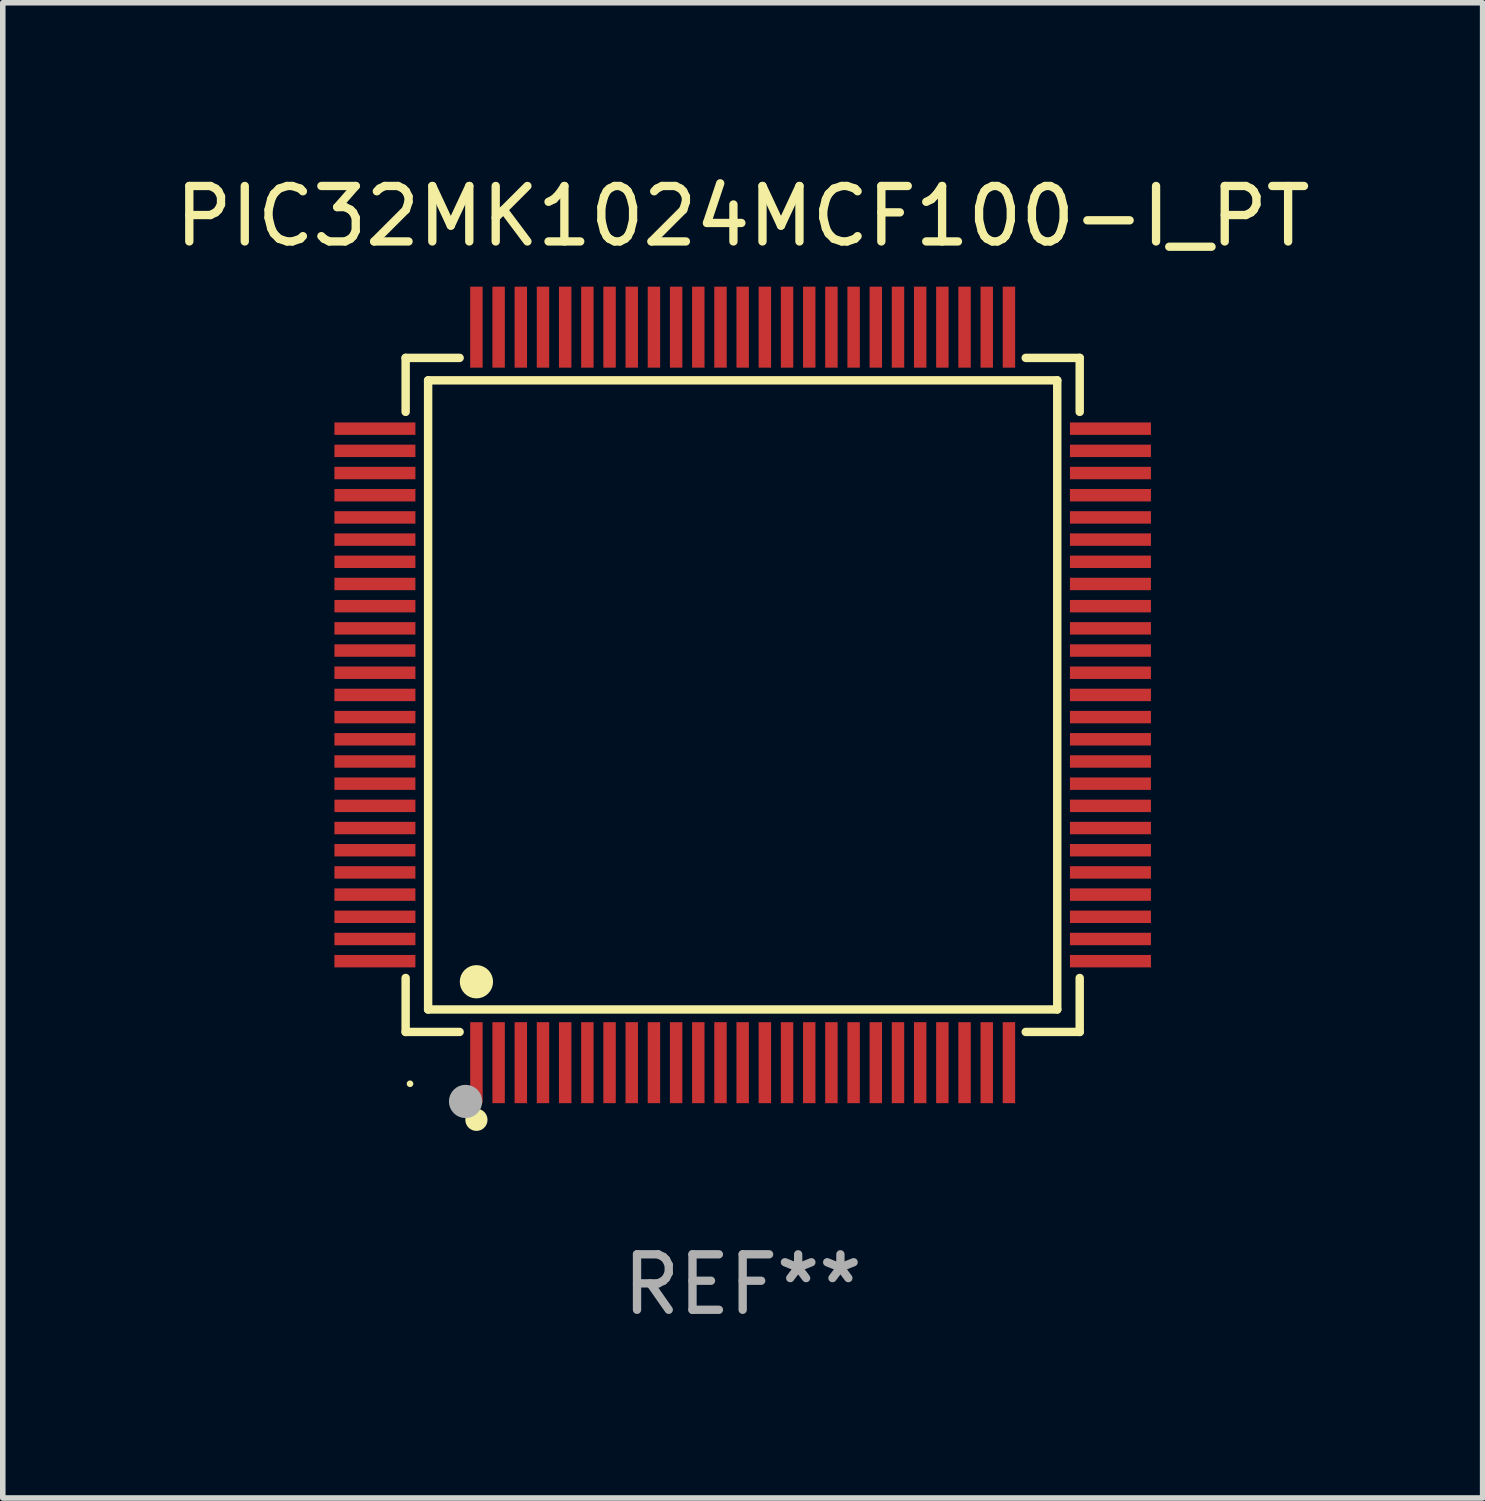
<source format=kicad_pcb>
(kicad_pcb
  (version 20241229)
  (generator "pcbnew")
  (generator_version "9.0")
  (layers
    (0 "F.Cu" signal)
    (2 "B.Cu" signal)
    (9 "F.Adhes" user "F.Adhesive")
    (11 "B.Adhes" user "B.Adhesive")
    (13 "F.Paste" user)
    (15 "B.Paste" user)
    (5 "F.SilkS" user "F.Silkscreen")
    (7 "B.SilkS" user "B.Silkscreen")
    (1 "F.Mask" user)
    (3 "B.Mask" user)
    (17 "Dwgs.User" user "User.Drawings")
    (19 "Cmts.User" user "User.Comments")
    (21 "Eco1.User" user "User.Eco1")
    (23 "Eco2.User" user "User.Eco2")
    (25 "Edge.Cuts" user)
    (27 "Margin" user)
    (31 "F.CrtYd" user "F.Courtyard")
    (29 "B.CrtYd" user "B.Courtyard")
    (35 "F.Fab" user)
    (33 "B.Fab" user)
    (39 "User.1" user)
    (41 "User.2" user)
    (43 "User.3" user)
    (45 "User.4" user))
  (footprint "PIC32MK1024MCF100-I_PT"
    (layer "F.Cu")
    (at 10.339 9.478)
    (property "Reference" "PIC32MK1024MCF100-I_PT" (at 0 -8.63 0) (layer "F.SilkS") (effects (font (size 1 1) (thickness 0.15))))
    (attr through_hole)
    (fp_line (start -6.076 -6.076) (end -5.103 -6.076) (stroke (width 0.152) (type solid)) (layer "F.SilkS"))
    (fp_line (start -6.076 -5.103) (end -6.076 -6.076) (stroke (width 0.152) (type solid)) (layer "F.SilkS"))
    (fp_line (start -6.076 5.103) (end -6.076 6.076) (stroke (width 0.152) (type solid)) (layer "F.SilkS"))
    (fp_line (start -6.076 6.076) (end -5.103 6.076) (stroke (width 0.152) (type solid)) (layer "F.SilkS"))
    (fp_line (start -5.671 -5.671) (end 5.671 -5.671) (stroke (width 0.152) (type solid)) (layer "F.SilkS"))
    (fp_line (start -5.671 5.671) (end -5.671 -5.671) (stroke (width 0.152) (type solid)) (layer "F.SilkS"))
    (fp_line (start 5.671 -5.671) (end 5.671 5.671) (stroke (width 0.152) (type solid)) (layer "F.SilkS"))
    (fp_line (start 5.671 5.671) (end -5.671 5.671) (stroke (width 0.152) (type solid)) (layer "F.SilkS"))
    (fp_line (start 6.076 -6.076) (end 5.103 -6.076) (stroke (width 0.152) (type solid)) (layer "F.SilkS"))
    (fp_line (start 6.076 -5.103) (end 6.076 -6.076) (stroke (width 0.152) (type solid)) (layer "F.SilkS"))
    (fp_line (start 6.076 5.103) (end 6.076 6.076) (stroke (width 0.152) (type solid)) (layer "F.SilkS"))
    (fp_line (start 6.076 6.076) (end 5.103 6.076) (stroke (width 0.152) (type solid)) (layer "F.SilkS"))
    (fp_circle (center -5.997 7.01) (end -5.967 7.01) (stroke (width 0.06) (type solid)) (fill no) (layer "F.SilkS"))
    (fp_circle (center -4.8 5.171) (end -4.65 5.171) (stroke (width 0.3) (type solid)) (fill no) (layer "F.SilkS"))
    (fp_circle (center -4.8 7.66) (end -4.7 7.66) (stroke (width 0.2) (type solid)) (fill no) (layer "F.SilkS"))
    (fp_circle (center -4.996 7.329) (end -4.846 7.329) (stroke (width 0.3) (type solid)) (fill no) (layer "F.Fab"))
    (fp_text user "REF**" (at 0 10.63 0) (layer "F.Fab") (effects (font (size 1 1) (thickness 0.15))))
    (pad "1" smd rect (at -4.8 6.63) (size 0.224 1.46) (layers "F.Cu" "F.Mask" "F.Paste"))
    (pad "2" smd rect (at -4.4 6.63) (size 0.224 1.46) (layers "F.Cu" "F.Mask" "F.Paste"))
    (pad "3" smd rect (at -4 6.63) (size 0.224 1.46) (layers "F.Cu" "F.Mask" "F.Paste"))
    (pad "4" smd rect (at -3.6 6.63) (size 0.224 1.46) (layers "F.Cu" "F.Mask" "F.Paste"))
    (pad "5" smd rect (at -3.2 6.63) (size 0.224 1.46) (layers "F.Cu" "F.Mask" "F.Paste"))
    (pad "6" smd rect (at -2.8 6.63) (size 0.224 1.46) (layers "F.Cu" "F.Mask" "F.Paste"))
    (pad "7" smd rect (at -2.4 6.63) (size 0.224 1.46) (layers "F.Cu" "F.Mask" "F.Paste"))
    (pad "8" smd rect (at -2 6.63) (size 0.224 1.46) (layers "F.Cu" "F.Mask" "F.Paste"))
    (pad "9" smd rect (at -1.6 6.63) (size 0.224 1.46) (layers "F.Cu" "F.Mask" "F.Paste"))
    (pad "10" smd rect (at -1.2 6.63) (size 0.224 1.46) (layers "F.Cu" "F.Mask" "F.Paste"))
    (pad "11" smd rect (at -0.8 6.63) (size 0.224 1.46) (layers "F.Cu" "F.Mask" "F.Paste"))
    (pad "12" smd rect (at -0.4 6.63) (size 0.224 1.46) (layers "F.Cu" "F.Mask" "F.Paste"))
    (pad "13" smd rect (at 0 6.63) (size 0.224 1.46) (layers "F.Cu" "F.Mask" "F.Paste"))
    (pad "14" smd rect (at 0.4 6.63) (size 0.224 1.46) (layers "F.Cu" "F.Mask" "F.Paste"))
    (pad "15" smd rect (at 0.8 6.63) (size 0.224 1.46) (layers "F.Cu" "F.Mask" "F.Paste"))
    (pad "16" smd rect (at 1.2 6.63) (size 0.224 1.46) (layers "F.Cu" "F.Mask" "F.Paste"))
    (pad "17" smd rect (at 1.6 6.63) (size 0.224 1.46) (layers "F.Cu" "F.Mask" "F.Paste"))
    (pad "18" smd rect (at 2 6.63) (size 0.224 1.46) (layers "F.Cu" "F.Mask" "F.Paste"))
    (pad "19" smd rect (at 2.4 6.63) (size 0.224 1.46) (layers "F.Cu" "F.Mask" "F.Paste"))
    (pad "20" smd rect (at 2.8 6.63) (size 0.224 1.46) (layers "F.Cu" "F.Mask" "F.Paste"))
    (pad "21" smd rect (at 3.2 6.63) (size 0.224 1.46) (layers "F.Cu" "F.Mask" "F.Paste"))
    (pad "22" smd rect (at 3.6 6.63) (size 0.224 1.46) (layers "F.Cu" "F.Mask" "F.Paste"))
    (pad "23" smd rect (at 4 6.63) (size 0.224 1.46) (layers "F.Cu" "F.Mask" "F.Paste"))
    (pad "24" smd rect (at 4.4 6.63) (size 0.224 1.46) (layers "F.Cu" "F.Mask" "F.Paste"))
    (pad "25" smd rect (at 4.8 6.63) (size 0.224 1.46) (layers "F.Cu" "F.Mask" "F.Paste"))
    (pad "26" smd rect (at 6.63 4.8) (size 1.46 0.224) (layers "F.Cu" "F.Mask" "F.Paste"))
    (pad "27" smd rect (at 6.63 4.4) (size 1.46 0.224) (layers "F.Cu" "F.Mask" "F.Paste"))
    (pad "28" smd rect (at 6.63 4) (size 1.46 0.224) (layers "F.Cu" "F.Mask" "F.Paste"))
    (pad "29" smd rect (at 6.63 3.6) (size 1.46 0.224) (layers "F.Cu" "F.Mask" "F.Paste"))
    (pad "30" smd rect (at 6.63 3.2) (size 1.46 0.224) (layers "F.Cu" "F.Mask" "F.Paste"))
    (pad "31" smd rect (at 6.63 2.8) (size 1.46 0.224) (layers "F.Cu" "F.Mask" "F.Paste"))
    (pad "32" smd rect (at 6.63 2.4) (size 1.46 0.224) (layers "F.Cu" "F.Mask" "F.Paste"))
    (pad "33" smd rect (at 6.63 2) (size 1.46 0.224) (layers "F.Cu" "F.Mask" "F.Paste"))
    (pad "34" smd rect (at 6.63 1.6) (size 1.46 0.224) (layers "F.Cu" "F.Mask" "F.Paste"))
    (pad "35" smd rect (at 6.63 1.2) (size 1.46 0.224) (layers "F.Cu" "F.Mask" "F.Paste"))
    (pad "36" smd rect (at 6.63 0.8) (size 1.46 0.224) (layers "F.Cu" "F.Mask" "F.Paste"))
    (pad "37" smd rect (at 6.63 0.4) (size 1.46 0.224) (layers "F.Cu" "F.Mask" "F.Paste"))
    (pad "38" smd rect (at 6.63 0) (size 1.46 0.224) (layers "F.Cu" "F.Mask" "F.Paste"))
    (pad "39" smd rect (at 6.63 -0.4) (size 1.46 0.224) (layers "F.Cu" "F.Mask" "F.Paste"))
    (pad "40" smd rect (at 6.63 -0.8) (size 1.46 0.224) (layers "F.Cu" "F.Mask" "F.Paste"))
    (pad "41" smd rect (at 6.63 -1.2) (size 1.46 0.224) (layers "F.Cu" "F.Mask" "F.Paste"))
    (pad "42" smd rect (at 6.63 -1.6) (size 1.46 0.224) (layers "F.Cu" "F.Mask" "F.Paste"))
    (pad "43" smd rect (at 6.63 -2) (size 1.46 0.224) (layers "F.Cu" "F.Mask" "F.Paste"))
    (pad "44" smd rect (at 6.63 -2.4) (size 1.46 0.224) (layers "F.Cu" "F.Mask" "F.Paste"))
    (pad "45" smd rect (at 6.63 -2.8) (size 1.46 0.224) (layers "F.Cu" "F.Mask" "F.Paste"))
    (pad "46" smd rect (at 6.63 -3.2) (size 1.46 0.224) (layers "F.Cu" "F.Mask" "F.Paste"))
    (pad "47" smd rect (at 6.63 -3.6) (size 1.46 0.224) (layers "F.Cu" "F.Mask" "F.Paste"))
    (pad "48" smd rect (at 6.63 -4) (size 1.46 0.224) (layers "F.Cu" "F.Mask" "F.Paste"))
    (pad "49" smd rect (at 6.63 -4.4) (size 1.46 0.224) (layers "F.Cu" "F.Mask" "F.Paste"))
    (pad "50" smd rect (at 6.63 -4.8) (size 1.46 0.224) (layers "F.Cu" "F.Mask" "F.Paste"))
    (pad "51" smd rect (at 4.8 -6.63) (size 0.224 1.46) (layers "F.Cu" "F.Mask" "F.Paste"))
    (pad "52" smd rect (at 4.4 -6.63) (size 0.224 1.46) (layers "F.Cu" "F.Mask" "F.Paste"))
    (pad "53" smd rect (at 4 -6.63) (size 0.224 1.46) (layers "F.Cu" "F.Mask" "F.Paste"))
    (pad "54" smd rect (at 3.6 -6.63) (size 0.224 1.46) (layers "F.Cu" "F.Mask" "F.Paste"))
    (pad "55" smd rect (at 3.2 -6.63) (size 0.224 1.46) (layers "F.Cu" "F.Mask" "F.Paste"))
    (pad "56" smd rect (at 2.8 -6.63) (size 0.224 1.46) (layers "F.Cu" "F.Mask" "F.Paste"))
    (pad "57" smd rect (at 2.4 -6.63) (size 0.224 1.46) (layers "F.Cu" "F.Mask" "F.Paste"))
    (pad "58" smd rect (at 2 -6.63) (size 0.224 1.46) (layers "F.Cu" "F.Mask" "F.Paste"))
    (pad "59" smd rect (at 1.6 -6.63) (size 0.224 1.46) (layers "F.Cu" "F.Mask" "F.Paste"))
    (pad "60" smd rect (at 1.2 -6.63) (size 0.224 1.46) (layers "F.Cu" "F.Mask" "F.Paste"))
    (pad "61" smd rect (at 0.8 -6.63) (size 0.224 1.46) (layers "F.Cu" "F.Mask" "F.Paste"))
    (pad "62" smd rect (at 0.4 -6.63) (size 0.224 1.46) (layers "F.Cu" "F.Mask" "F.Paste"))
    (pad "63" smd rect (at 0 -6.63) (size 0.224 1.46) (layers "F.Cu" "F.Mask" "F.Paste"))
    (pad "64" smd rect (at -0.4 -6.63) (size 0.224 1.46) (layers "F.Cu" "F.Mask" "F.Paste"))
    (pad "65" smd rect (at -0.8 -6.63) (size 0.224 1.46) (layers "F.Cu" "F.Mask" "F.Paste"))
    (pad "66" smd rect (at -1.2 -6.63) (size 0.224 1.46) (layers "F.Cu" "F.Mask" "F.Paste"))
    (pad "67" smd rect (at -1.6 -6.63) (size 0.224 1.46) (layers "F.Cu" "F.Mask" "F.Paste"))
    (pad "68" smd rect (at -2 -6.63) (size 0.224 1.46) (layers "F.Cu" "F.Mask" "F.Paste"))
    (pad "69" smd rect (at -2.4 -6.63) (size 0.224 1.46) (layers "F.Cu" "F.Mask" "F.Paste"))
    (pad "70" smd rect (at -2.8 -6.63) (size 0.224 1.46) (layers "F.Cu" "F.Mask" "F.Paste"))
    (pad "71" smd rect (at -3.2 -6.63) (size 0.224 1.46) (layers "F.Cu" "F.Mask" "F.Paste"))
    (pad "72" smd rect (at -3.6 -6.63) (size 0.224 1.46) (layers "F.Cu" "F.Mask" "F.Paste"))
    (pad "73" smd rect (at -4 -6.63) (size 0.224 1.46) (layers "F.Cu" "F.Mask" "F.Paste"))
    (pad "74" smd rect (at -4.4 -6.63) (size 0.224 1.46) (layers "F.Cu" "F.Mask" "F.Paste"))
    (pad "75" smd rect (at -4.8 -6.63) (size 0.224 1.46) (layers "F.Cu" "F.Mask" "F.Paste"))
    (pad "76" smd rect (at -6.63 -4.8) (size 1.46 0.224) (layers "F.Cu" "F.Mask" "F.Paste"))
    (pad "77" smd rect (at -6.63 -4.4) (size 1.46 0.224) (layers "F.Cu" "F.Mask" "F.Paste"))
    (pad "78" smd rect (at -6.63 -4) (size 1.46 0.224) (layers "F.Cu" "F.Mask" "F.Paste"))
    (pad "79" smd rect (at -6.63 -3.6) (size 1.46 0.224) (layers "F.Cu" "F.Mask" "F.Paste"))
    (pad "80" smd rect (at -6.63 -3.2) (size 1.46 0.224) (layers "F.Cu" "F.Mask" "F.Paste"))
    (pad "81" smd rect (at -6.63 -2.8) (size 1.46 0.224) (layers "F.Cu" "F.Mask" "F.Paste"))
    (pad "82" smd rect (at -6.63 -2.4) (size 1.46 0.224) (layers "F.Cu" "F.Mask" "F.Paste"))
    (pad "83" smd rect (at -6.63 -2) (size 1.46 0.224) (layers "F.Cu" "F.Mask" "F.Paste"))
    (pad "84" smd rect (at -6.63 -1.6) (size 1.46 0.224) (layers "F.Cu" "F.Mask" "F.Paste"))
    (pad "85" smd rect (at -6.63 -1.2) (size 1.46 0.224) (layers "F.Cu" "F.Mask" "F.Paste"))
    (pad "86" smd rect (at -6.63 -0.8) (size 1.46 0.224) (layers "F.Cu" "F.Mask" "F.Paste"))
    (pad "87" smd rect (at -6.63 -0.4) (size 1.46 0.224) (layers "F.Cu" "F.Mask" "F.Paste"))
    (pad "88" smd rect (at -6.63 0) (size 1.46 0.224) (layers "F.Cu" "F.Mask" "F.Paste"))
    (pad "89" smd rect (at -6.63 0.4) (size 1.46 0.224) (layers "F.Cu" "F.Mask" "F.Paste"))
    (pad "90" smd rect (at -6.63 0.8) (size 1.46 0.224) (layers "F.Cu" "F.Mask" "F.Paste"))
    (pad "91" smd rect (at -6.63 1.2) (size 1.46 0.224) (layers "F.Cu" "F.Mask" "F.Paste"))
    (pad "92" smd rect (at -6.63 1.6) (size 1.46 0.224) (layers "F.Cu" "F.Mask" "F.Paste"))
    (pad "93" smd rect (at -6.63 2) (size 1.46 0.224) (layers "F.Cu" "F.Mask" "F.Paste"))
    (pad "94" smd rect (at -6.63 2.4) (size 1.46 0.224) (layers "F.Cu" "F.Mask" "F.Paste"))
    (pad "95" smd rect (at -6.63 2.8) (size 1.46 0.224) (layers "F.Cu" "F.Mask" "F.Paste"))
    (pad "96" smd rect (at -6.63 3.2) (size 1.46 0.224) (layers "F.Cu" "F.Mask" "F.Paste"))
    (pad "97" smd rect (at -6.63 3.6) (size 1.46 0.224) (layers "F.Cu" "F.Mask" "F.Paste"))
    (pad "98" smd rect (at -6.63 4) (size 1.46 0.224) (layers "F.Cu" "F.Mask" "F.Paste"))
    (pad "99" smd rect (at -6.63 4.4) (size 1.46 0.224) (layers "F.Cu" "F.Mask" "F.Paste"))
    (pad "100" smd rect (at -6.63 4.8) (size 1.46 0.224) (layers "F.Cu" "F.Mask" "F.Paste")))
  (gr_rect
    (start -3 -3)
    (end 23.679 23.956)
    (stroke (width 0.1) (type default))
    (fill no)
    (layer "Edge.Cuts")))
</source>
